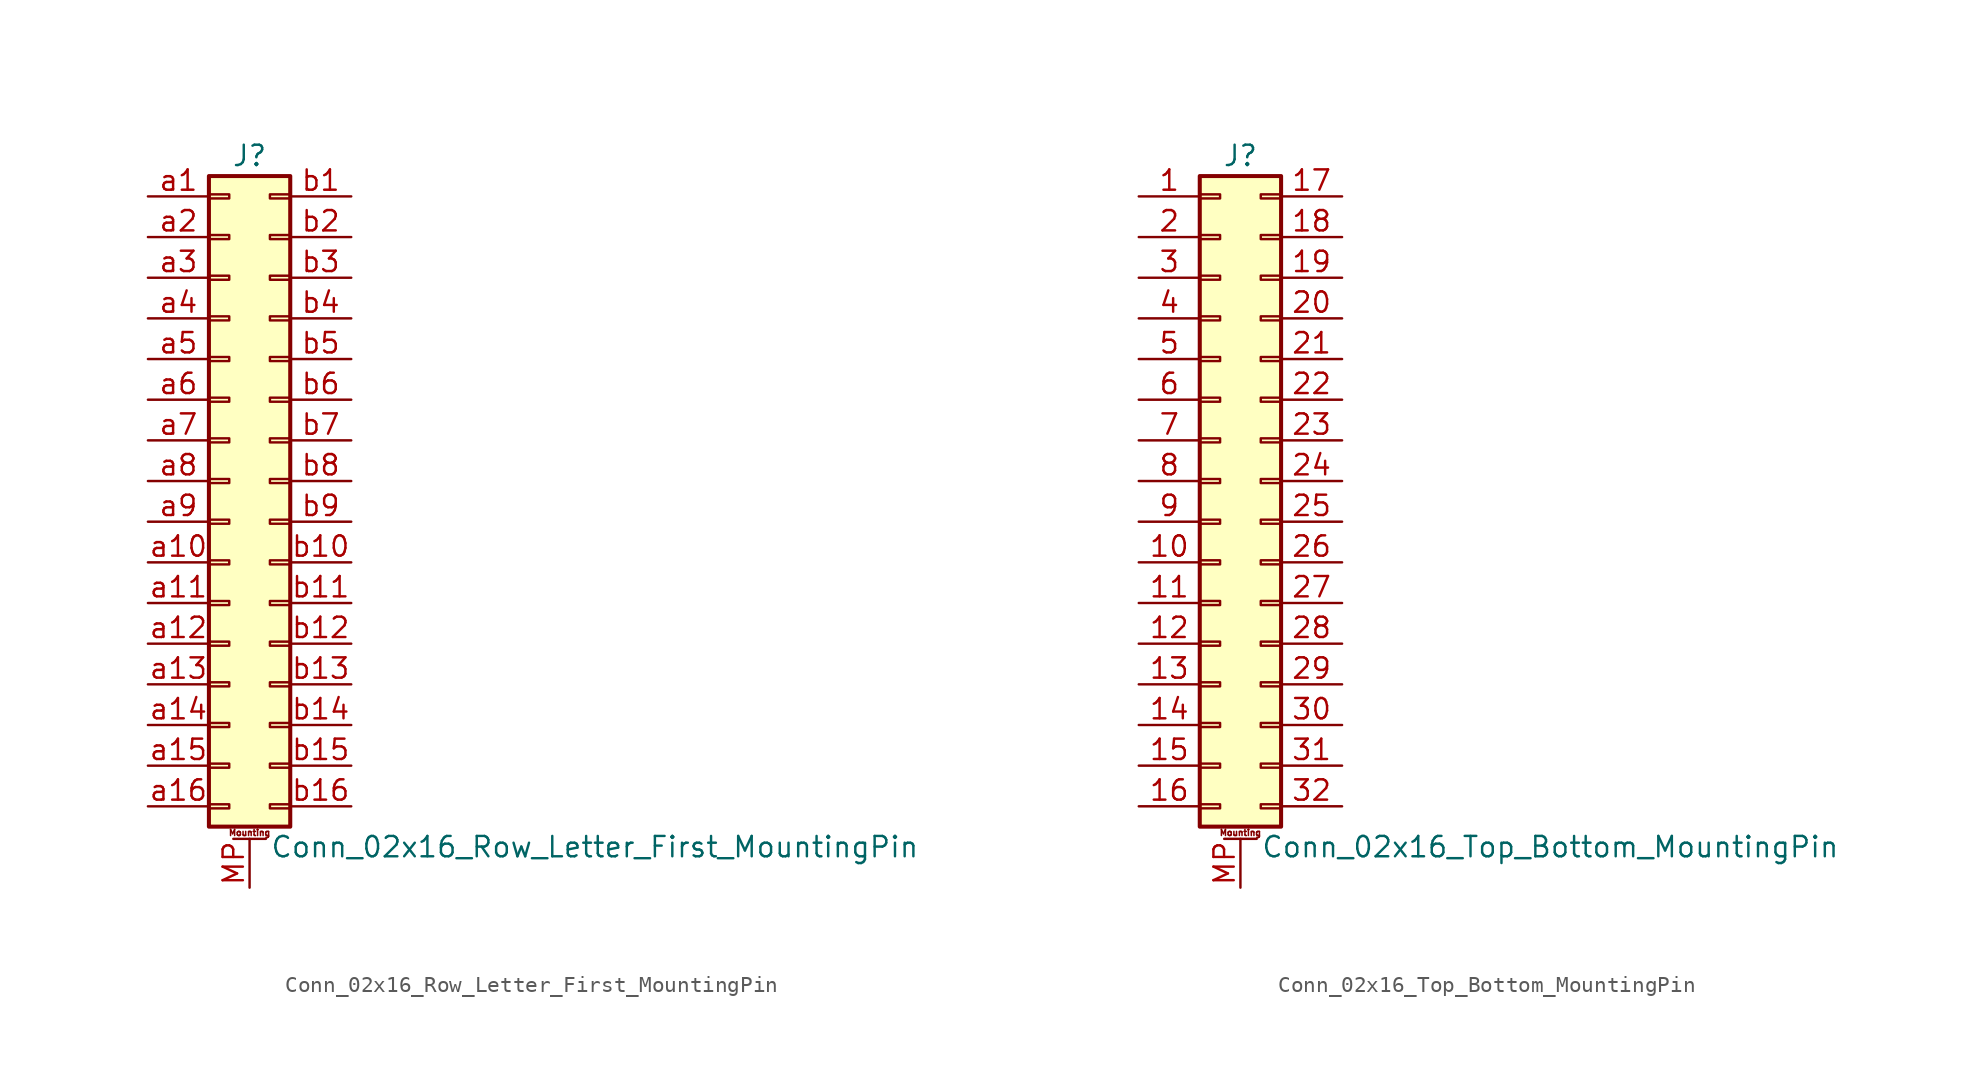
<source format=kicad_sym>
(kicad_symbol_lib
  (version 20220914)
  (generator kicad_symbol_editor)
  (symbol "Conn_02x16_Row_Letter_First_MountingPin"
    (pin_names
      (offset 1.016) hide)
    (property "Reference" "J"
      (at 1.27 20.32 0)
      (effects (font (size 1.27 1.27))))
    (property "Value" "Conn_02x16_Row_Letter_First_MountingPin"
      (at 2.54 -22.86 0)
      (effects (font (size 1.27 1.27)) (justify left)))
    (symbol "Conn_02x16_Row_Letter_First_MountingPin_1_1"
      (rectangle (start -1.27 -20.193) (end 0 -20.447) (stroke (width 0.152) (type default)) (fill (type none)))
      (rectangle (start -1.27 -17.653) (end 0 -17.907) (stroke (width 0.152) (type default)) (fill (type none)))
      (rectangle (start -1.27 -15.113) (end 0 -15.367) (stroke (width 0.152) (type default)) (fill (type none)))
      (rectangle (start -1.27 -12.573) (end 0 -12.827) (stroke (width 0.152) (type default)) (fill (type none)))
      (rectangle (start -1.27 -10.033) (end 0 -10.287) (stroke (width 0.152) (type default)) (fill (type none)))
      (rectangle (start -1.27 -7.493) (end 0 -7.747) (stroke (width 0.152) (type default)) (fill (type none)))
      (rectangle (start -1.27 -4.953) (end 0 -5.207) (stroke (width 0.152) (type default)) (fill (type none)))
      (rectangle (start -1.27 -2.413) (end 0 -2.667) (stroke (width 0.152) (type default)) (fill (type none)))
      (rectangle (start -1.27 0.127) (end 0 -0.127) (stroke (width 0.152) (type default)) (fill (type none)))
      (rectangle (start -1.27 2.667) (end 0 2.413) (stroke (width 0.152) (type default)) (fill (type none)))
      (rectangle (start -1.27 5.207) (end 0 4.953) (stroke (width 0.152) (type default)) (fill (type none)))
      (rectangle (start -1.27 7.747) (end 0 7.493) (stroke (width 0.152) (type default)) (fill (type none)))
      (rectangle (start -1.27 10.287) (end 0 10.033) (stroke (width 0.152) (type default)) (fill (type none)))
      (rectangle (start -1.27 12.827) (end 0 12.573) (stroke (width 0.152) (type default)) (fill (type none)))
      (rectangle (start -1.27 15.367) (end 0 15.113) (stroke (width 0.152) (type default)) (fill (type none)))
      (rectangle (start -1.27 17.907) (end 0 17.653) (stroke (width 0.152) (type default)) (fill (type none)))
      (rectangle (start -1.27 19.05) (end 3.81 -21.59) (stroke (width 0.254) (type default)) (fill (type background)))
      (polyline (pts (xy 0.254 -22.352) (xy 2.286 -22.352)) (stroke (width 0.152) (type default)) (fill (type none)))
      (rectangle (start 3.81 -20.193) (end 2.54 -20.447) (stroke (width 0.152) (type default)) (fill (type none)))
      (rectangle (start 3.81 -17.653) (end 2.54 -17.907) (stroke (width 0.152) (type default)) (fill (type none)))
      (rectangle (start 3.81 -15.113) (end 2.54 -15.367) (stroke (width 0.152) (type default)) (fill (type none)))
      (rectangle (start 3.81 -12.573) (end 2.54 -12.827) (stroke (width 0.152) (type default)) (fill (type none)))
      (rectangle (start 3.81 -10.033) (end 2.54 -10.287) (stroke (width 0.152) (type default)) (fill (type none)))
      (rectangle (start 3.81 -7.493) (end 2.54 -7.747) (stroke (width 0.152) (type default)) (fill (type none)))
      (rectangle (start 3.81 -4.953) (end 2.54 -5.207) (stroke (width 0.152) (type default)) (fill (type none)))
      (rectangle (start 3.81 -2.413) (end 2.54 -2.667) (stroke (width 0.152) (type default)) (fill (type none)))
      (rectangle (start 3.81 0.127) (end 2.54 -0.127) (stroke (width 0.152) (type default)) (fill (type none)))
      (rectangle (start 3.81 2.667) (end 2.54 2.413) (stroke (width 0.152) (type default)) (fill (type none)))
      (rectangle (start 3.81 5.207) (end 2.54 4.953) (stroke (width 0.152) (type default)) (fill (type none)))
      (rectangle (start 3.81 7.747) (end 2.54 7.493) (stroke (width 0.152) (type default)) (fill (type none)))
      (rectangle (start 3.81 10.287) (end 2.54 10.033) (stroke (width 0.152) (type default)) (fill (type none)))
      (rectangle (start 3.81 12.827) (end 2.54 12.573) (stroke (width 0.152) (type default)) (fill (type none)))
      (rectangle (start 3.81 15.367) (end 2.54 15.113) (stroke (width 0.152) (type default)) (fill (type none)))
      (rectangle (start 3.81 17.907) (end 2.54 17.653) (stroke (width 0.152) (type default)) (fill (type none)))
      (text "Mounting" (at 1.27 -21.971 0) (effects (font (size 0.381 0.381))))
      (pin passive line (at 1.27 -25.4 90) (length 3.048) (name "MountPin" (effects (font (size 1.27 1.27)))) (number "MP" (effects (font (size 1.27 1.27)))))
      (pin passive line (at -5.08 17.78 0) (length 3.81) (name "Pin_a1" (effects (font (size 1.27 1.27)))) (number "a1" (effects (font (size 1.27 1.27)))))
      (pin passive line (at -5.08 -5.08 0) (length 3.81) (name "Pin_a10" (effects (font (size 1.27 1.27)))) (number "a10" (effects (font (size 1.27 1.27)))))
      (pin passive line (at -5.08 -7.62 0) (length 3.81) (name "Pin_a11" (effects (font (size 1.27 1.27)))) (number "a11" (effects (font (size 1.27 1.27)))))
      (pin passive line (at -5.08 -10.16 0) (length 3.81) (name "Pin_a12" (effects (font (size 1.27 1.27)))) (number "a12" (effects (font (size 1.27 1.27)))))
      (pin passive line (at -5.08 -12.7 0) (length 3.81) (name "Pin_a13" (effects (font (size 1.27 1.27)))) (number "a13" (effects (font (size 1.27 1.27)))))
      (pin passive line (at -5.08 -15.24 0) (length 3.81) (name "Pin_a14" (effects (font (size 1.27 1.27)))) (number "a14" (effects (font (size 1.27 1.27)))))
      (pin passive line (at -5.08 -17.78 0) (length 3.81) (name "Pin_a15" (effects (font (size 1.27 1.27)))) (number "a15" (effects (font (size 1.27 1.27)))))
      (pin passive line (at -5.08 -20.32 0) (length 3.81) (name "Pin_a16" (effects (font (size 1.27 1.27)))) (number "a16" (effects (font (size 1.27 1.27)))))
      (pin passive line (at -5.08 15.24 0) (length 3.81) (name "Pin_a2" (effects (font (size 1.27 1.27)))) (number "a2" (effects (font (size 1.27 1.27)))))
      (pin passive line (at -5.08 12.7 0) (length 3.81) (name "Pin_a3" (effects (font (size 1.27 1.27)))) (number "a3" (effects (font (size 1.27 1.27)))))
      (pin passive line (at -5.08 10.16 0) (length 3.81) (name "Pin_a4" (effects (font (size 1.27 1.27)))) (number "a4" (effects (font (size 1.27 1.27)))))
      (pin passive line (at -5.08 7.62 0) (length 3.81) (name "Pin_a5" (effects (font (size 1.27 1.27)))) (number "a5" (effects (font (size 1.27 1.27)))))
      (pin passive line (at -5.08 5.08 0) (length 3.81) (name "Pin_a6" (effects (font (size 1.27 1.27)))) (number "a6" (effects (font (size 1.27 1.27)))))
      (pin passive line (at -5.08 2.54 0) (length 3.81) (name "Pin_a7" (effects (font (size 1.27 1.27)))) (number "a7" (effects (font (size 1.27 1.27)))))
      (pin passive line (at -5.08 0 0) (length 3.81) (name "Pin_a8" (effects (font (size 1.27 1.27)))) (number "a8" (effects (font (size 1.27 1.27)))))
      (pin passive line (at -5.08 -2.54 0) (length 3.81) (name "Pin_a9" (effects (font (size 1.27 1.27)))) (number "a9" (effects (font (size 1.27 1.27)))))
      (pin passive line (at 7.62 17.78 180) (length 3.81) (name "Pin_b1" (effects (font (size 1.27 1.27)))) (number "b1" (effects (font (size 1.27 1.27)))))
      (pin passive line (at 7.62 -5.08 180) (length 3.81) (name "Pin_b10" (effects (font (size 1.27 1.27)))) (number "b10" (effects (font (size 1.27 1.27)))))
      (pin passive line (at 7.62 -7.62 180) (length 3.81) (name "Pin_b11" (effects (font (size 1.27 1.27)))) (number "b11" (effects (font (size 1.27 1.27)))))
      (pin passive line (at 7.62 -10.16 180) (length 3.81) (name "Pin_b12" (effects (font (size 1.27 1.27)))) (number "b12" (effects (font (size 1.27 1.27)))))
      (pin passive line (at 7.62 -12.7 180) (length 3.81) (name "Pin_b13" (effects (font (size 1.27 1.27)))) (number "b13" (effects (font (size 1.27 1.27)))))
      (pin passive line (at 7.62 -15.24 180) (length 3.81) (name "Pin_b14" (effects (font (size 1.27 1.27)))) (number "b14" (effects (font (size 1.27 1.27)))))
      (pin passive line (at 7.62 -17.78 180) (length 3.81) (name "Pin_b15" (effects (font (size 1.27 1.27)))) (number "b15" (effects (font (size 1.27 1.27)))))
      (pin passive line (at 7.62 -20.32 180) (length 3.81) (name "Pin_b16" (effects (font (size 1.27 1.27)))) (number "b16" (effects (font (size 1.27 1.27)))))
      (pin passive line (at 7.62 15.24 180) (length 3.81) (name "Pin_b2" (effects (font (size 1.27 1.27)))) (number "b2" (effects (font (size 1.27 1.27)))))
      (pin passive line (at 7.62 12.7 180) (length 3.81) (name "Pin_b3" (effects (font (size 1.27 1.27)))) (number "b3" (effects (font (size 1.27 1.27)))))
      (pin passive line (at 7.62 10.16 180) (length 3.81) (name "Pin_b4" (effects (font (size 1.27 1.27)))) (number "b4" (effects (font (size 1.27 1.27)))))
      (pin passive line (at 7.62 7.62 180) (length 3.81) (name "Pin_b5" (effects (font (size 1.27 1.27)))) (number "b5" (effects (font (size 1.27 1.27)))))
      (pin passive line (at 7.62 5.08 180) (length 3.81) (name "Pin_b6" (effects (font (size 1.27 1.27)))) (number "b6" (effects (font (size 1.27 1.27)))))
      (pin passive line (at 7.62 2.54 180) (length 3.81) (name "Pin_b7" (effects (font (size 1.27 1.27)))) (number "b7" (effects (font (size 1.27 1.27)))))
      (pin passive line (at 7.62 0 180) (length 3.81) (name "Pin_b8" (effects (font (size 1.27 1.27)))) (number "b8" (effects (font (size 1.27 1.27)))))
      (pin passive line (at 7.62 -2.54 180) (length 3.81) (name "Pin_b9" (effects (font (size 1.27 1.27)))) (number "b9" (effects (font (size 1.27 1.27)))))))
  (symbol "Conn_02x16_Top_Bottom_MountingPin"
    (pin_names
      (offset 1.016) hide)
    (property "Reference" "J"
      (at 1.27 20.32 0)
      (effects (font (size 1.27 1.27))))
    (property "Value" "Conn_02x16_Top_Bottom_MountingPin"
      (at 2.54 -22.86 0)
      (effects (font (size 1.27 1.27)) (justify left)))
    (symbol "Conn_02x16_Top_Bottom_MountingPin_1_1"
      (rectangle (start -1.27 -20.193) (end 0 -20.447) (stroke (width 0.152) (type default)) (fill (type none)))
      (rectangle (start -1.27 -17.653) (end 0 -17.907) (stroke (width 0.152) (type default)) (fill (type none)))
      (rectangle (start -1.27 -15.113) (end 0 -15.367) (stroke (width 0.152) (type default)) (fill (type none)))
      (rectangle (start -1.27 -12.573) (end 0 -12.827) (stroke (width 0.152) (type default)) (fill (type none)))
      (rectangle (start -1.27 -10.033) (end 0 -10.287) (stroke (width 0.152) (type default)) (fill (type none)))
      (rectangle (start -1.27 -7.493) (end 0 -7.747) (stroke (width 0.152) (type default)) (fill (type none)))
      (rectangle (start -1.27 -4.953) (end 0 -5.207) (stroke (width 0.152) (type default)) (fill (type none)))
      (rectangle (start -1.27 -2.413) (end 0 -2.667) (stroke (width 0.152) (type default)) (fill (type none)))
      (rectangle (start -1.27 0.127) (end 0 -0.127) (stroke (width 0.152) (type default)) (fill (type none)))
      (rectangle (start -1.27 2.667) (end 0 2.413) (stroke (width 0.152) (type default)) (fill (type none)))
      (rectangle (start -1.27 5.207) (end 0 4.953) (stroke (width 0.152) (type default)) (fill (type none)))
      (rectangle (start -1.27 7.747) (end 0 7.493) (stroke (width 0.152) (type default)) (fill (type none)))
      (rectangle (start -1.27 10.287) (end 0 10.033) (stroke (width 0.152) (type default)) (fill (type none)))
      (rectangle (start -1.27 12.827) (end 0 12.573) (stroke (width 0.152) (type default)) (fill (type none)))
      (rectangle (start -1.27 15.367) (end 0 15.113) (stroke (width 0.152) (type default)) (fill (type none)))
      (rectangle (start -1.27 17.907) (end 0 17.653) (stroke (width 0.152) (type default)) (fill (type none)))
      (rectangle (start -1.27 19.05) (end 3.81 -21.59) (stroke (width 0.254) (type default)) (fill (type background)))
      (polyline (pts (xy 0.254 -22.352) (xy 2.286 -22.352)) (stroke (width 0.152) (type default)) (fill (type none)))
      (rectangle (start 3.81 -20.193) (end 2.54 -20.447) (stroke (width 0.152) (type default)) (fill (type none)))
      (rectangle (start 3.81 -17.653) (end 2.54 -17.907) (stroke (width 0.152) (type default)) (fill (type none)))
      (rectangle (start 3.81 -15.113) (end 2.54 -15.367) (stroke (width 0.152) (type default)) (fill (type none)))
      (rectangle (start 3.81 -12.573) (end 2.54 -12.827) (stroke (width 0.152) (type default)) (fill (type none)))
      (rectangle (start 3.81 -10.033) (end 2.54 -10.287) (stroke (width 0.152) (type default)) (fill (type none)))
      (rectangle (start 3.81 -7.493) (end 2.54 -7.747) (stroke (width 0.152) (type default)) (fill (type none)))
      (rectangle (start 3.81 -4.953) (end 2.54 -5.207) (stroke (width 0.152) (type default)) (fill (type none)))
      (rectangle (start 3.81 -2.413) (end 2.54 -2.667) (stroke (width 0.152) (type default)) (fill (type none)))
      (rectangle (start 3.81 0.127) (end 2.54 -0.127) (stroke (width 0.152) (type default)) (fill (type none)))
      (rectangle (start 3.81 2.667) (end 2.54 2.413) (stroke (width 0.152) (type default)) (fill (type none)))
      (rectangle (start 3.81 5.207) (end 2.54 4.953) (stroke (width 0.152) (type default)) (fill (type none)))
      (rectangle (start 3.81 7.747) (end 2.54 7.493) (stroke (width 0.152) (type default)) (fill (type none)))
      (rectangle (start 3.81 10.287) (end 2.54 10.033) (stroke (width 0.152) (type default)) (fill (type none)))
      (rectangle (start 3.81 12.827) (end 2.54 12.573) (stroke (width 0.152) (type default)) (fill (type none)))
      (rectangle (start 3.81 15.367) (end 2.54 15.113) (stroke (width 0.152) (type default)) (fill (type none)))
      (rectangle (start 3.81 17.907) (end 2.54 17.653) (stroke (width 0.152) (type default)) (fill (type none)))
      (text "Mounting" (at 1.27 -21.971 0) (effects (font (size 0.381 0.381))))
      (pin passive line (at -5.08 17.78 0) (length 3.81) (name "Pin_1" (effects (font (size 1.27 1.27)))) (number "1" (effects (font (size 1.27 1.27)))))
      (pin passive line (at -5.08 -5.08 0) (length 3.81) (name "Pin_10" (effects (font (size 1.27 1.27)))) (number "10" (effects (font (size 1.27 1.27)))))
      (pin passive line (at -5.08 -7.62 0) (length 3.81) (name "Pin_11" (effects (font (size 1.27 1.27)))) (number "11" (effects (font (size 1.27 1.27)))))
      (pin passive line (at -5.08 -10.16 0) (length 3.81) (name "Pin_12" (effects (font (size 1.27 1.27)))) (number "12" (effects (font (size 1.27 1.27)))))
      (pin passive line (at -5.08 -12.7 0) (length 3.81) (name "Pin_13" (effects (font (size 1.27 1.27)))) (number "13" (effects (font (size 1.27 1.27)))))
      (pin passive line (at -5.08 -15.24 0) (length 3.81) (name "Pin_14" (effects (font (size 1.27 1.27)))) (number "14" (effects (font (size 1.27 1.27)))))
      (pin passive line (at -5.08 -17.78 0) (length 3.81) (name "Pin_15" (effects (font (size 1.27 1.27)))) (number "15" (effects (font (size 1.27 1.27)))))
      (pin passive line (at -5.08 -20.32 0) (length 3.81) (name "Pin_16" (effects (font (size 1.27 1.27)))) (number "16" (effects (font (size 1.27 1.27)))))
      (pin passive line (at 7.62 17.78 180) (length 3.81) (name "Pin_17" (effects (font (size 1.27 1.27)))) (number "17" (effects (font (size 1.27 1.27)))))
      (pin passive line (at 7.62 15.24 180) (length 3.81) (name "Pin_18" (effects (font (size 1.27 1.27)))) (number "18" (effects (font (size 1.27 1.27)))))
      (pin passive line (at 7.62 12.7 180) (length 3.81) (name "Pin_19" (effects (font (size 1.27 1.27)))) (number "19" (effects (font (size 1.27 1.27)))))
      (pin passive line (at -5.08 15.24 0) (length 3.81) (name "Pin_2" (effects (font (size 1.27 1.27)))) (number "2" (effects (font (size 1.27 1.27)))))
      (pin passive line (at 7.62 10.16 180) (length 3.81) (name "Pin_20" (effects (font (size 1.27 1.27)))) (number "20" (effects (font (size 1.27 1.27)))))
      (pin passive line (at 7.62 7.62 180) (length 3.81) (name "Pin_21" (effects (font (size 1.27 1.27)))) (number "21" (effects (font (size 1.27 1.27)))))
      (pin passive line (at 7.62 5.08 180) (length 3.81) (name "Pin_22" (effects (font (size 1.27 1.27)))) (number "22" (effects (font (size 1.27 1.27)))))
      (pin passive line (at 7.62 2.54 180) (length 3.81) (name "Pin_23" (effects (font (size 1.27 1.27)))) (number "23" (effects (font (size 1.27 1.27)))))
      (pin passive line (at 7.62 0 180) (length 3.81) (name "Pin_24" (effects (font (size 1.27 1.27)))) (number "24" (effects (font (size 1.27 1.27)))))
      (pin passive line (at 7.62 -2.54 180) (length 3.81) (name "Pin_25" (effects (font (size 1.27 1.27)))) (number "25" (effects (font (size 1.27 1.27)))))
      (pin passive line (at 7.62 -5.08 180) (length 3.81) (name "Pin_26" (effects (font (size 1.27 1.27)))) (number "26" (effects (font (size 1.27 1.27)))))
      (pin passive line (at 7.62 -7.62 180) (length 3.81) (name "Pin_27" (effects (font (size 1.27 1.27)))) (number "27" (effects (font (size 1.27 1.27)))))
      (pin passive line (at 7.62 -10.16 180) (length 3.81) (name "Pin_28" (effects (font (size 1.27 1.27)))) (number "28" (effects (font (size 1.27 1.27)))))
      (pin passive line (at 7.62 -12.7 180) (length 3.81) (name "Pin_29" (effects (font (size 1.27 1.27)))) (number "29" (effects (font (size 1.27 1.27)))))
      (pin passive line (at -5.08 12.7 0) (length 3.81) (name "Pin_3" (effects (font (size 1.27 1.27)))) (number "3" (effects (font (size 1.27 1.27)))))
      (pin passive line (at 7.62 -15.24 180) (length 3.81) (name "Pin_30" (effects (font (size 1.27 1.27)))) (number "30" (effects (font (size 1.27 1.27)))))
      (pin passive line (at 7.62 -17.78 180) (length 3.81) (name "Pin_31" (effects (font (size 1.27 1.27)))) (number "31" (effects (font (size 1.27 1.27)))))
      (pin passive line (at 7.62 -20.32 180) (length 3.81) (name "Pin_32" (effects (font (size 1.27 1.27)))) (number "32" (effects (font (size 1.27 1.27)))))
      (pin passive line (at -5.08 10.16 0) (length 3.81) (name "Pin_4" (effects (font (size 1.27 1.27)))) (number "4" (effects (font (size 1.27 1.27)))))
      (pin passive line (at -5.08 7.62 0) (length 3.81) (name "Pin_5" (effects (font (size 1.27 1.27)))) (number "5" (effects (font (size 1.27 1.27)))))
      (pin passive line (at -5.08 5.08 0) (length 3.81) (name "Pin_6" (effects (font (size 1.27 1.27)))) (number "6" (effects (font (size 1.27 1.27)))))
      (pin passive line (at -5.08 2.54 0) (length 3.81) (name "Pin_7" (effects (font (size 1.27 1.27)))) (number "7" (effects (font (size 1.27 1.27)))))
      (pin passive line (at -5.08 0 0) (length 3.81) (name "Pin_8" (effects (font (size 1.27 1.27)))) (number "8" (effects (font (size 1.27 1.27)))))
      (pin passive line (at -5.08 -2.54 0) (length 3.81) (name "Pin_9" (effects (font (size 1.27 1.27)))) (number "9" (effects (font (size 1.27 1.27)))))
      (pin passive line (at 1.27 -25.4 90) (length 3.048) (name "MountPin" (effects (font (size 1.27 1.27)))) (number "MP" (effects (font (size 1.27 1.27))))))))
</source>
